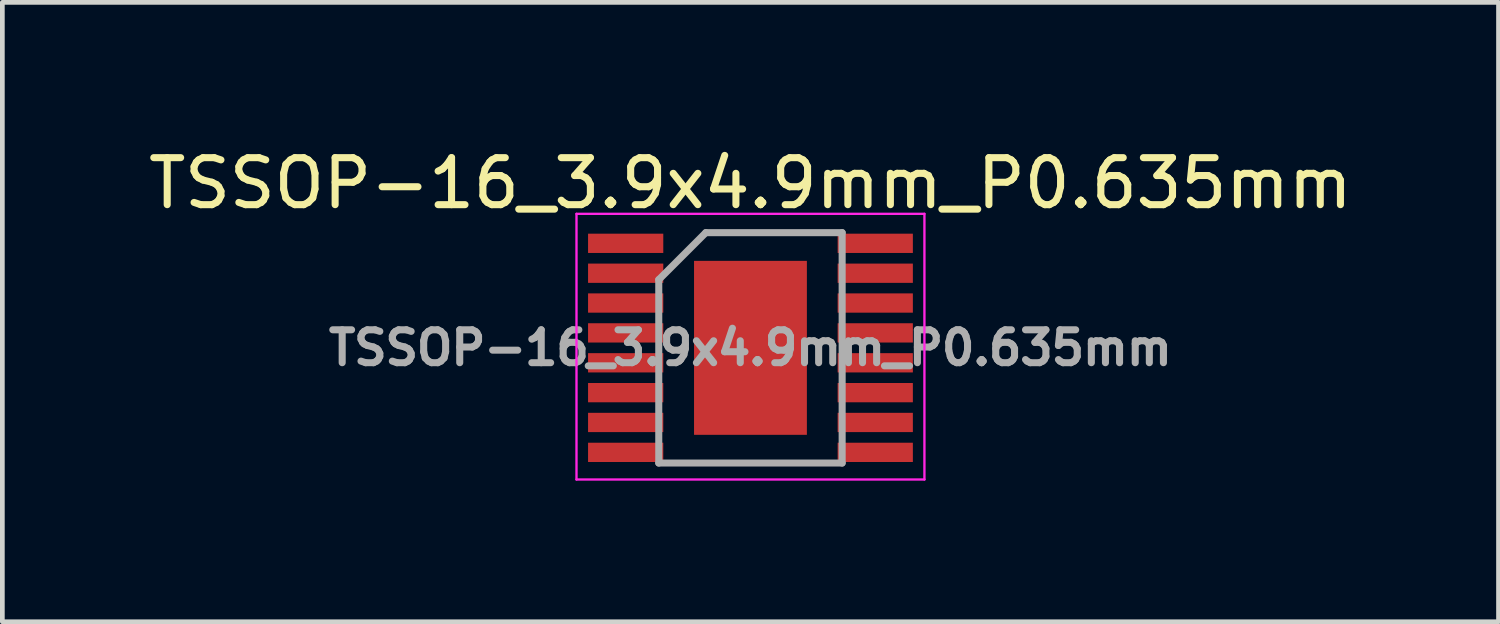
<source format=kicad_pcb>
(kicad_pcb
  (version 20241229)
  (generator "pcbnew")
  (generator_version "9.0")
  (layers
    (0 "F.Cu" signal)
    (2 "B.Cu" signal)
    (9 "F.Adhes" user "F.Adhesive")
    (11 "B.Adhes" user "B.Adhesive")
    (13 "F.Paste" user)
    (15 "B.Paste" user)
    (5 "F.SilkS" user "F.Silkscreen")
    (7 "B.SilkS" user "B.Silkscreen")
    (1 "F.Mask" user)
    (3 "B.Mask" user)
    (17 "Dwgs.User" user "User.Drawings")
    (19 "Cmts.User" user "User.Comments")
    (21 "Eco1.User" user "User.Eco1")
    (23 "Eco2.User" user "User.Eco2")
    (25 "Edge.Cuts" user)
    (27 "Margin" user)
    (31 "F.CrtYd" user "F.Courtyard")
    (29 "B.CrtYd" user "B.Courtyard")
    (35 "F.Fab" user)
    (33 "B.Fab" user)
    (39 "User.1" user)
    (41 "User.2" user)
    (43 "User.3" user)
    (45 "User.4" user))
  (footprint "TSSOP-16_3.9x4.9mm_P0.635mm"
    (layer "F.Cu")
    (at 12.911 4.348)
    (property "Reference" "TSSOP-16_3.9x4.9mm_P0.635mm" (at 0 -3.5 0) (layer "F.SilkS") (effects (font (size 1 1) (thickness 0.15))))
    (attr smd)
    (fp_line (start -3.7 -2.85) (end -3.7 2.8) (stroke (width 0.05) (type solid)) (layer "F.CrtYd"))
    (fp_line (start -3.7 -2.85) (end 3.7 -2.85) (stroke (width 0.05) (type solid)) (layer "F.CrtYd"))
    (fp_line (start -3.7 2.8) (end 3.7 2.8) (stroke (width 0.05) (type solid)) (layer "F.CrtYd"))
    (fp_line (start 3.7 -2.85) (end 3.7 2.8) (stroke (width 0.05) (type solid)) (layer "F.CrtYd"))
    (fp_line (start -1.95 -1.45) (end -0.95 -2.45) (stroke (width 0.15) (type solid)) (layer "F.Fab"))
    (fp_line (start -1.95 2.45) (end -1.95 -1.45) (stroke (width 0.15) (type solid)) (layer "F.Fab"))
    (fp_line (start -0.95 -2.45) (end 1.95 -2.45) (stroke (width 0.15) (type solid)) (layer "F.Fab"))
    (fp_line (start 1.95 -2.45) (end 1.95 2.45) (stroke (width 0.15) (type solid)) (layer "F.Fab"))
    (fp_line (start 1.95 2.45) (end -1.95 2.45) (stroke (width 0.15) (type solid)) (layer "F.Fab"))
    (fp_text user "${REFERENCE}" (at 0 0 0) (layer "F.Fab") (effects (font (size 0.7 0.7) (thickness 0.15))))
    (pad "1" smd rect (at -2.654 -2.223) (size 1.6 0.41) (layers "F.Cu" "F.Mask" "F.Paste"))
    (pad "2" smd rect (at -2.654 -1.587) (size 1.6 0.41) (layers "F.Cu" "F.Mask" "F.Paste"))
    (pad "3" smd rect (at -2.654 -0.953) (size 1.6 0.41) (layers "F.Cu" "F.Mask" "F.Paste"))
    (pad "4" smd rect (at -2.654 -0.318) (size 1.6 0.41) (layers "F.Cu" "F.Mask" "F.Paste"))
    (pad "5" smd rect (at -2.654 0.318) (size 1.6 0.41) (layers "F.Cu" "F.Mask" "F.Paste"))
    (pad "6" smd rect (at -2.654 0.953) (size 1.6 0.41) (layers "F.Cu" "F.Mask" "F.Paste"))
    (pad "7" smd rect (at -2.654 1.587) (size 1.6 0.41) (layers "F.Cu" "F.Mask" "F.Paste"))
    (pad "8" smd rect (at -2.654 2.223) (size 1.6 0.41) (layers "F.Cu" "F.Mask" "F.Paste"))
    (pad "9" smd rect (at 2.654 2.223) (size 1.6 0.41) (layers "F.Cu" "F.Mask" "F.Paste"))
    (pad "10" smd rect (at 2.654 1.587) (size 1.6 0.41) (layers "F.Cu" "F.Mask" "F.Paste"))
    (pad "11" smd rect (at 2.654 0.953) (size 1.6 0.41) (layers "F.Cu" "F.Mask" "F.Paste"))
    (pad "12" smd rect (at 2.654 0.318) (size 1.6 0.41) (layers "F.Cu" "F.Mask" "F.Paste"))
    (pad "13" smd rect (at 2.654 -0.318) (size 1.6 0.41) (layers "F.Cu" "F.Mask" "F.Paste"))
    (pad "14" smd rect (at 2.654 -0.953) (size 1.6 0.41) (layers "F.Cu" "F.Mask" "F.Paste"))
    (pad "15" smd rect (at 2.654 -1.587) (size 1.6 0.41) (layers "F.Cu" "F.Mask" "F.Paste"))
    (pad "16" smd rect (at 2.654 -2.223) (size 1.6 0.41) (layers "F.Cu" "F.Mask" "F.Paste"))
    (pad "17" smd rect (at 0 0) (size 2.4 3.7) (layers "F.Cu" "F.Mask" "F.Paste")))
  (gr_rect
    (start -3 -3)
    (end 28.821 10.173)
    (stroke (width 0.1) (type default))
    (fill no)
    (layer "Edge.Cuts")))
</source>
